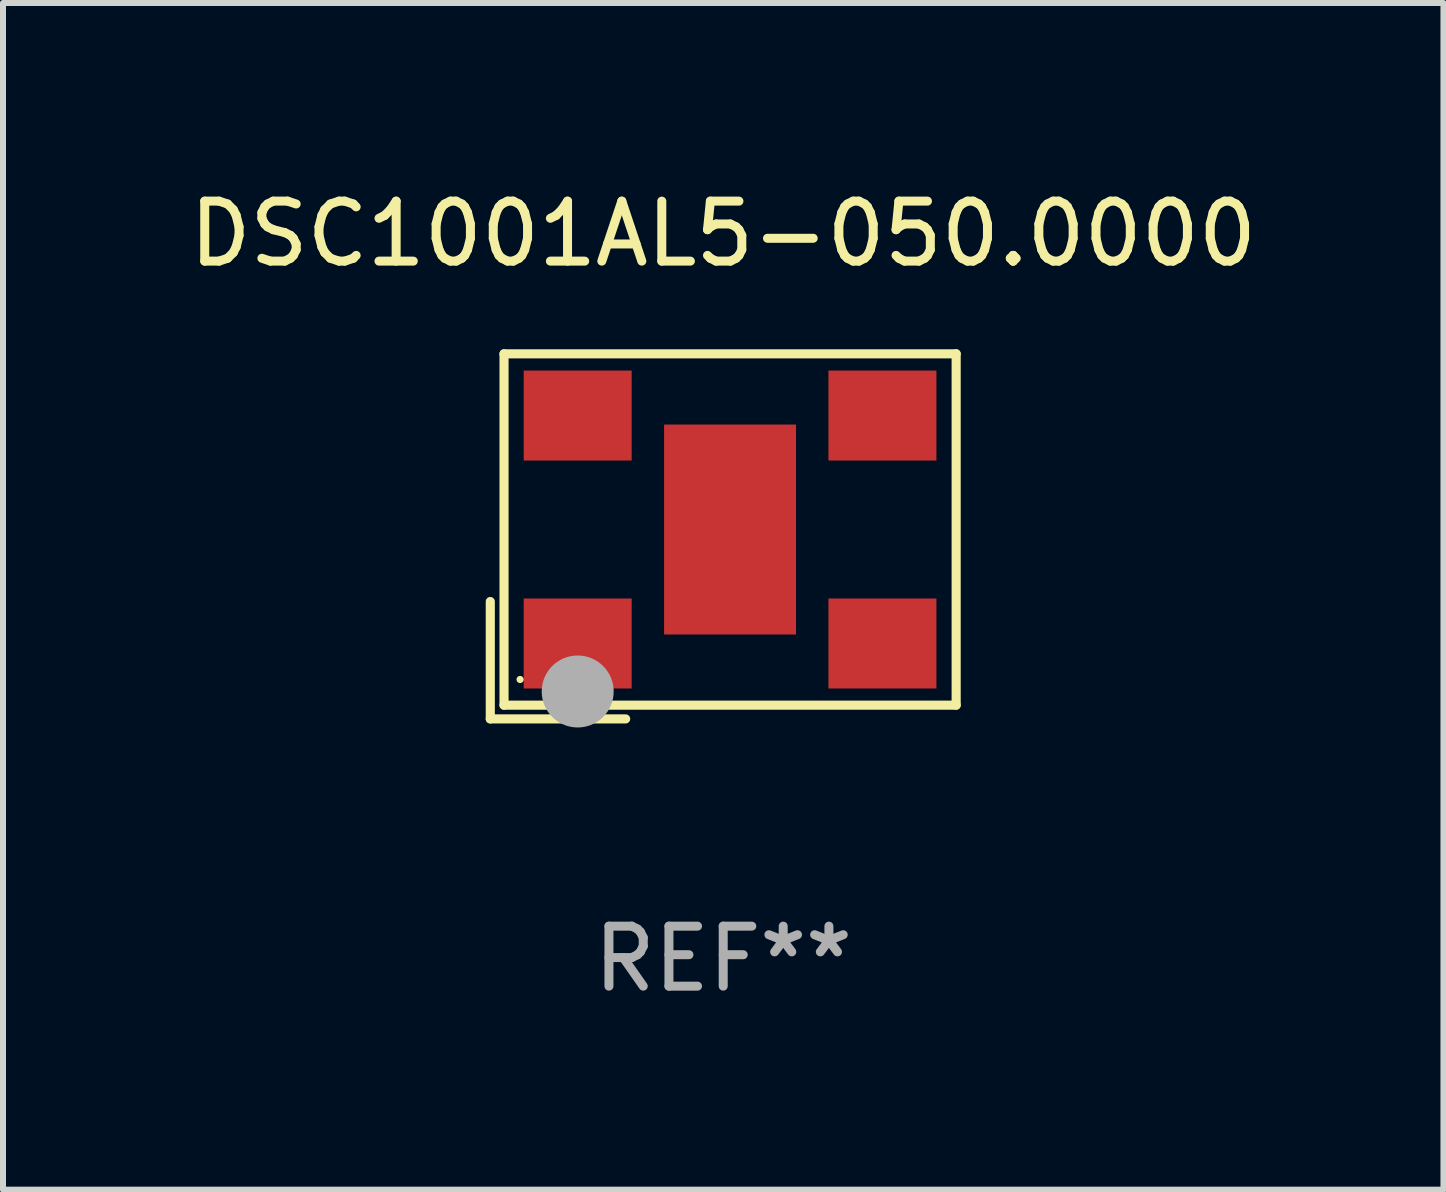
<source format=kicad_pcb>
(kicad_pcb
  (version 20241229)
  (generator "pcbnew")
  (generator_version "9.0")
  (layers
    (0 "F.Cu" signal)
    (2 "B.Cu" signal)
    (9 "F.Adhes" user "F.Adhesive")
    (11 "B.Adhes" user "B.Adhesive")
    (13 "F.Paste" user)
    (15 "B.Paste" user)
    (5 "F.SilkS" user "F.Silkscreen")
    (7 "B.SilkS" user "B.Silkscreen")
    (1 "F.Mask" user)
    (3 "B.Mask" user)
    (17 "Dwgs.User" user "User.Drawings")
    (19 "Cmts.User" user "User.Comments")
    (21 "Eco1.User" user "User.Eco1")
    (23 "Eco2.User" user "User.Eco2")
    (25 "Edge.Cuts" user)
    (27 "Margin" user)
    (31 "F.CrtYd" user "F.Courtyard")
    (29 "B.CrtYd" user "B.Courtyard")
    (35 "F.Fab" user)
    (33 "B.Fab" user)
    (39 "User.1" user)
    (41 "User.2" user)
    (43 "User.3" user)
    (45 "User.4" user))
  (footprint "DSC1001AL5-050.0000"
    (layer "F.Cu")
    (at 9.006 5.891)
    (property "Reference" "DSC1001AL5-050.0000" (at 0 -5.043 0) (layer "F.SilkS") (effects (font (size 1 1) (thickness 0.15))))
    (attr through_hole)
    (fp_line (start -3.883 1.086) (end -3.883 3.043) (stroke (width 0.152) (type solid)) (layer "F.SilkS"))
    (fp_line (start -3.883 3.043) (end -1.626 3.043) (stroke (width 0.152) (type solid)) (layer "F.SilkS"))
    (fp_line (start -3.654 -3.043) (end 3.883 -3.043) (stroke (width 0.152) (type solid)) (layer "F.SilkS"))
    (fp_line (start -3.654 2.814) (end -3.654 -3.043) (stroke (width 0.152) (type solid)) (layer "F.SilkS"))
    (fp_line (start 3.883 -3.043) (end 3.883 2.814) (stroke (width 0.152) (type solid)) (layer "F.SilkS"))
    (fp_line (start 3.883 2.814) (end -3.654 2.814) (stroke (width 0.152) (type solid)) (layer "F.SilkS"))
    (fp_circle (center -3.386 2.386) (end -3.356 2.386) (stroke (width 0.06) (type solid)) (fill no) (layer "F.SilkS"))
    (fp_circle (center -2.426 2.586) (end -2.126 2.586) (stroke (width 0.6) (type solid)) (fill no) (layer "F.Fab"))
    (fp_text user "REF**" (at 0 7.043 0) (layer "F.Fab") (effects (font (size 1 1) (thickness 0.15))))
    (pad "1" smd rect (at -2.426 1.786) (size 1.8 1.5) (layers "F.Cu" "F.Mask" "F.Paste"))
    (pad "2" smd rect (at 2.654 1.786) (size 1.8 1.5) (layers "F.Cu" "F.Mask" "F.Paste"))
    (pad "3" smd rect (at 2.654 -2.014) (size 1.8 1.5) (layers "F.Cu" "F.Mask" "F.Paste"))
    (pad "4" smd rect (at -2.426 -2.014) (size 1.8 1.5) (layers "F.Cu" "F.Mask" "F.Paste"))
    (pad "5" smd rect (at 0.114 -0.114) (size 2.2 3.5) (layers "F.Cu" "F.Mask" "F.Paste")))
  (gr_rect
    (start -3 -3)
    (end 21.012 16.782)
    (stroke (width 0.1) (type default))
    (fill no)
    (layer "Edge.Cuts")))
</source>
